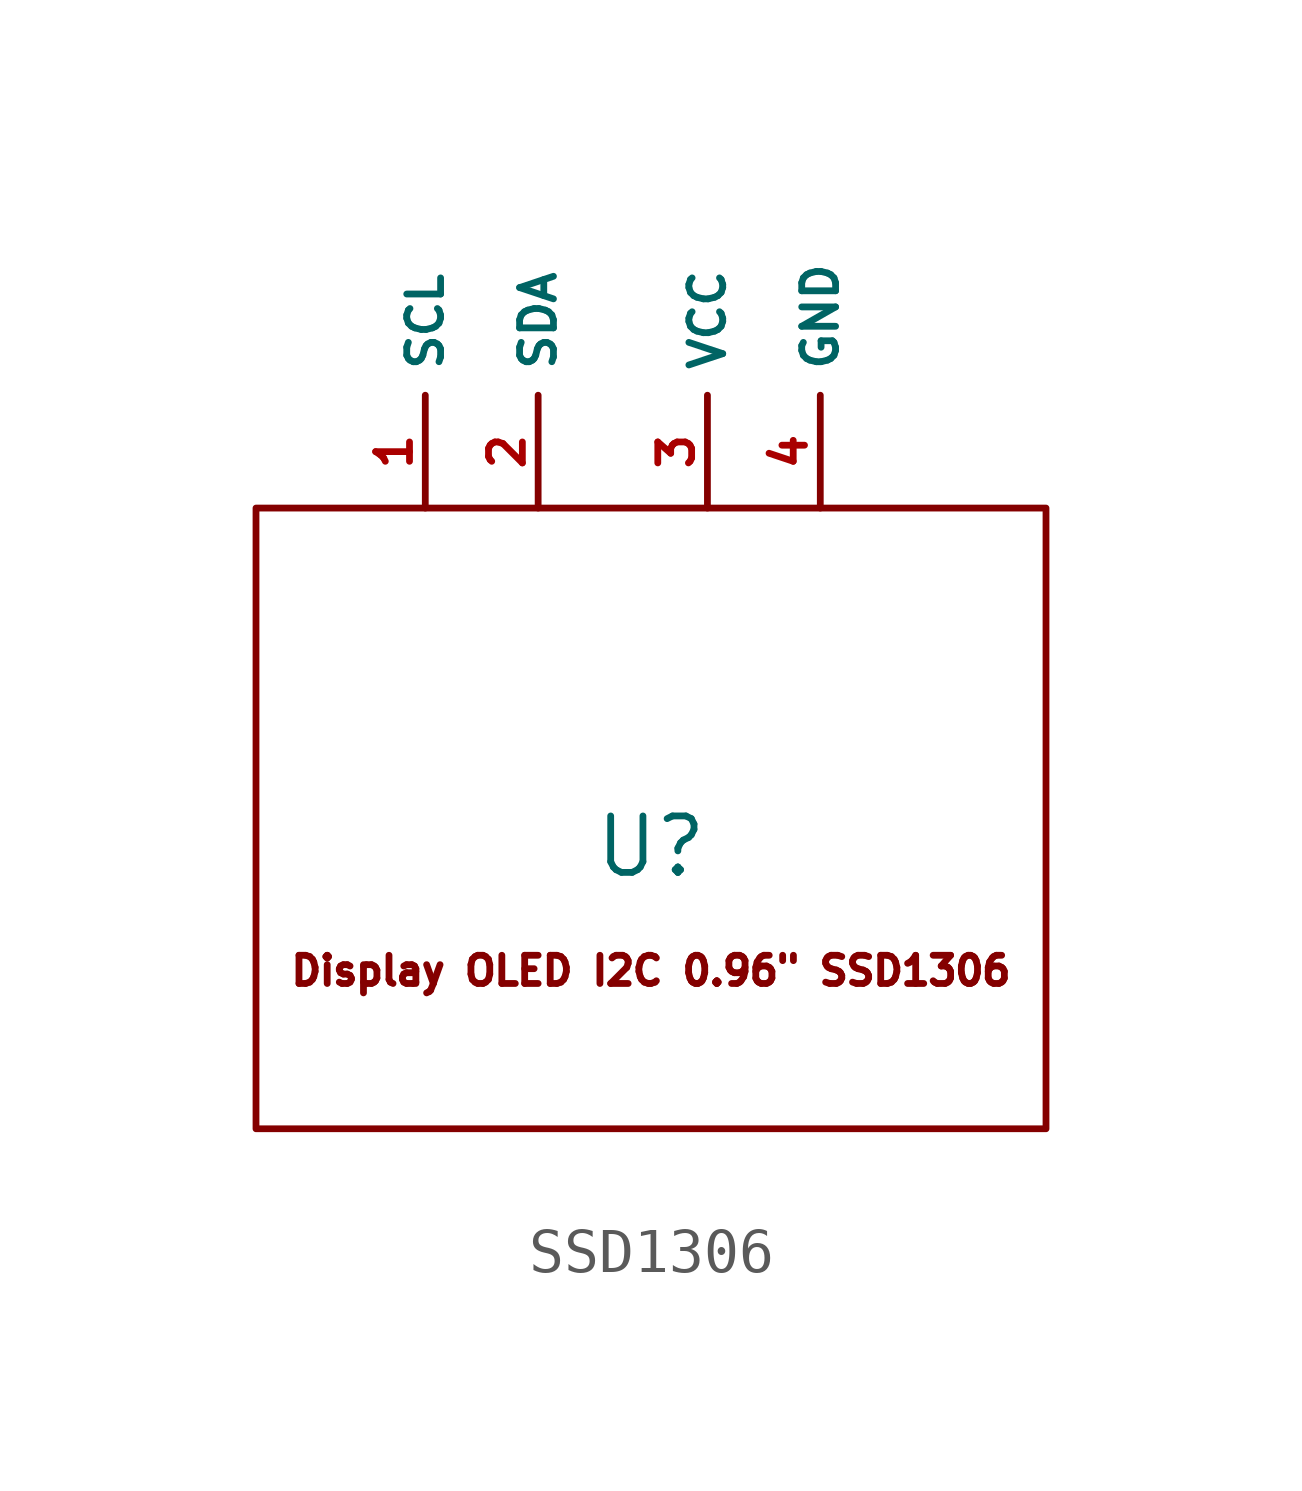
<source format=kicad_sym>
(kicad_symbol_lib
  (version 20241209)
  (generator "kicad_symbol_editor")
  (generator_version "9.0")
  (symbol "SSD1306"
    (property "Reference" "U"
      (at 0 0 0)
      (effects (font (size 1.27 1.27))))
    (property "Value" ""
      (at 0 0 0)
      (effects (font (size 1.27 1.27))))
    (symbol "SSD1306_0_1"
      (rectangle (start -8.89 7.62) (end 8.89 -6.35) (stroke (width 0) (type default)) (fill (type none))))
    (symbol "SSD1306_1_1"
      (text "Display OLED I2C 0.96\" SSD1306" (at 0 -2.794 0) (effects (font (size 0.635 0.635))))
      (pin input line (at -5.08 7.62 90) (length 2.54) (name "SCL" (effects (font (size 0.762 0.762)))) (number "1" (effects (font (size 0.762 0.762)))))
      (pin input line (at -2.54 7.62 90) (length 2.54) (name "SDA" (effects (font (size 0.762 0.762)))) (number "2" (effects (font (size 0.762 0.762)))))
      (pin power_in line (at 1.27 7.62 90) (length 2.54) (name "VCC" (effects (font (size 0.762 0.762)))) (number "3" (effects (font (size 0.762 0.762)))))
      (pin power_in line (at 3.81 7.62 90) (length 2.54) (name "GND" (effects (font (size 0.762 0.762)))) (number "4" (effects (font (size 0.762 0.762))))))))
</source>
